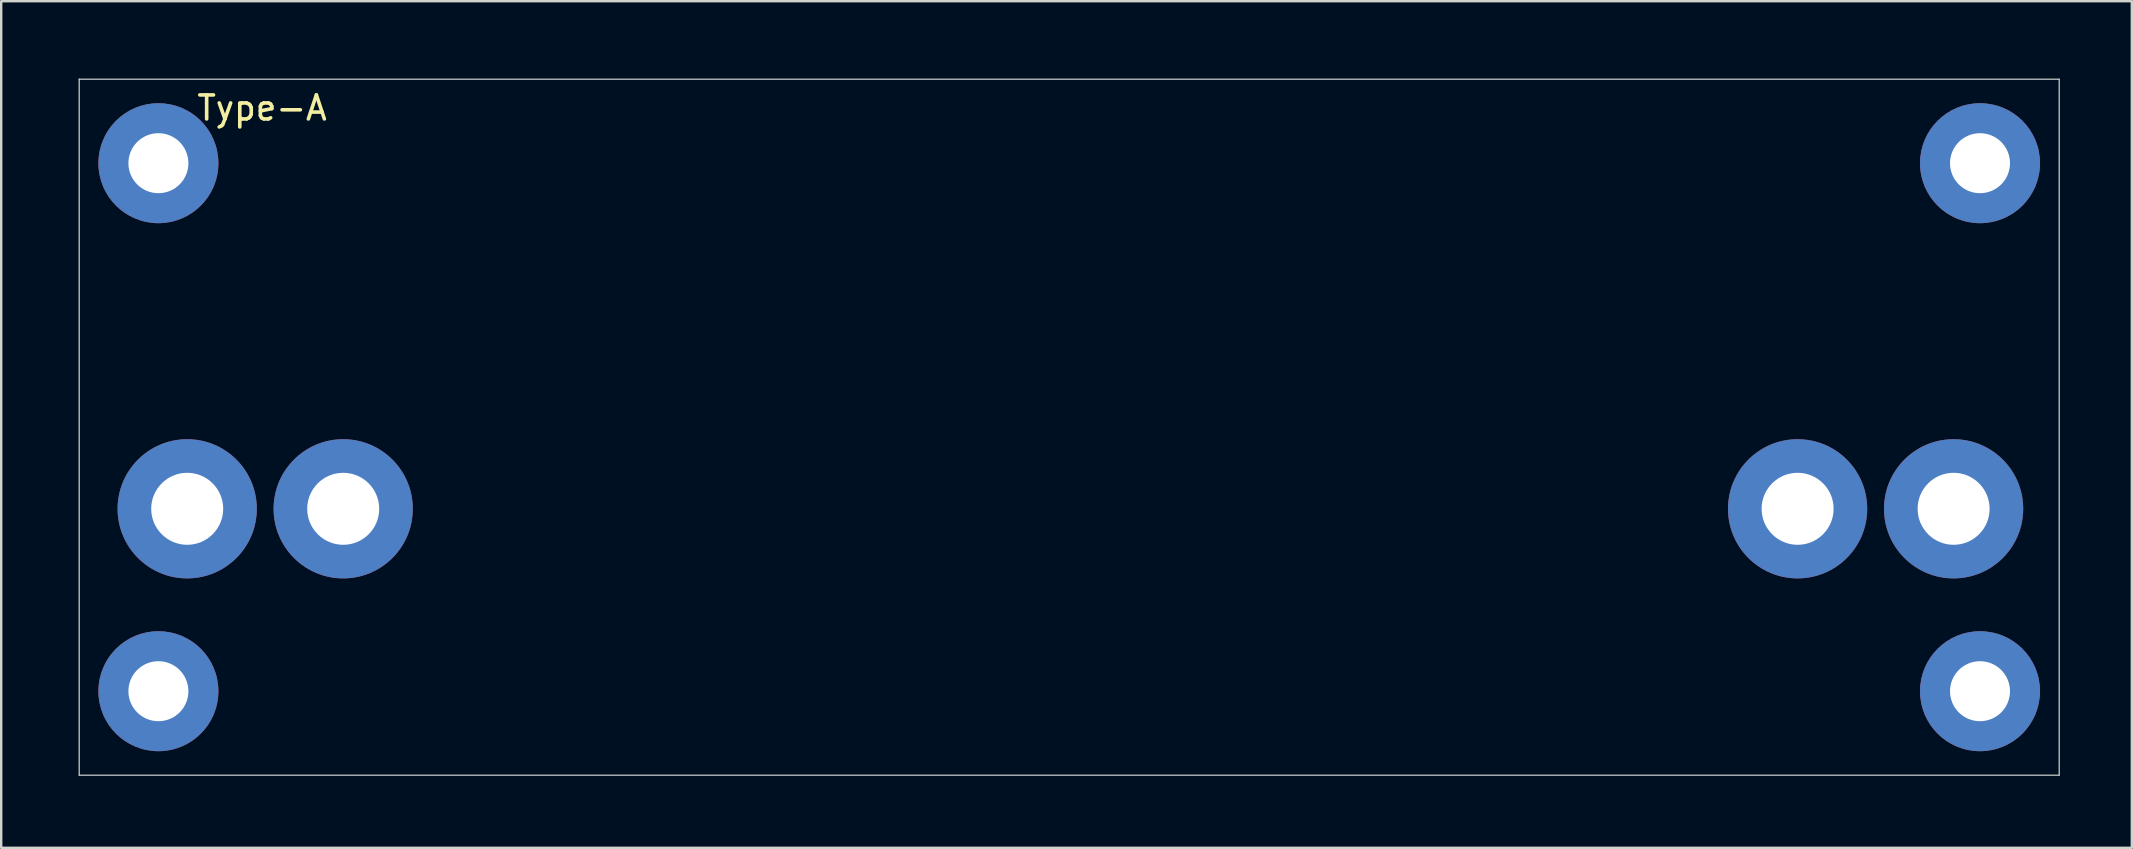
<source format=kicad_pcb>
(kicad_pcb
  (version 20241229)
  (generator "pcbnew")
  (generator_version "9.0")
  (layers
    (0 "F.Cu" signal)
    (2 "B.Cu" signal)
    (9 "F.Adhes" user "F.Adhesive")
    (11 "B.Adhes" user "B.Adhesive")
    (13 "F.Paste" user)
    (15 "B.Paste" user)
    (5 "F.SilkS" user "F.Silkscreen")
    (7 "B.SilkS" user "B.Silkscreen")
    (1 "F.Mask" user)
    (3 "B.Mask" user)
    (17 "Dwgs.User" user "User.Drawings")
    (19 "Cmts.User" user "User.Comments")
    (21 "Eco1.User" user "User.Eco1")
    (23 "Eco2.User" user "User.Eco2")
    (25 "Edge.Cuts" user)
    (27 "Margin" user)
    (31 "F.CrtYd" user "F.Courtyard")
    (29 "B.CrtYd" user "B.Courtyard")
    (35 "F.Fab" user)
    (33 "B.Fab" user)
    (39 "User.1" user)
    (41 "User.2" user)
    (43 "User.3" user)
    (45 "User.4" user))
  (footprint "Type-A"
    (layer "F.Cu")
    (at 0.25 0.25)
    (property "Reference" "Type-A" (at 7.62 1.2 0) (unlocked yes) (layer "F.SilkS") (effects (font (size 1 1) (thickness 0.15))))
    (attr through_hole)
    (fp_line (start 0 0) (end 82.5 0) (stroke (width 0.05) (type solid)) (layer "Edge.Cuts"))
    (fp_line (start 0 29) (end 0 0) (stroke (width 0.05) (type solid)) (layer "Edge.Cuts"))
    (fp_line (start 82.5 0) (end 82.5 29) (stroke (width 0.05) (type solid)) (layer "Edge.Cuts"))
    (fp_line (start 82.5 29) (end 0 29) (stroke (width 0.05) (type solid)) (layer "Edge.Cuts"))
    (pad "" thru_hole circle (at 3.3 3.5) (size 5 5) (drill 2.5) (layers "*.Cu" "*.Mask"))
    (pad "" thru_hole circle (at 3.3 25.5) (size 5 5) (drill 2.5) (layers "*.Cu" "*.Mask"))
    (pad "" thru_hole circle (at 4.5 17.9) (size 5.8 5.8) (drill 3) (layers "*.Cu" "*.Mask"))
    (pad "" thru_hole circle (at 11 17.9) (size 5.8 5.8) (drill 3) (layers "*.Cu" "*.Mask"))
    (pad "" thru_hole circle (at 71.6 17.9) (size 5.8 5.8) (drill 3) (layers "*.Cu" "*.Mask"))
    (pad "" thru_hole circle (at 78.1 17.9) (size 5.8 5.8) (drill 3) (layers "*.Cu" "*.Mask"))
    (pad "" thru_hole circle (at 79.2 3.5) (size 5 5) (drill 2.5) (layers "*.Cu" "*.Mask"))
    (pad "" thru_hole circle (at 79.2 25.5) (size 5 5) (drill 2.5) (layers "*.Cu" "*.Mask")))
  (gr_rect
    (start -3 -3)
    (end 85.775 32.275)
    (stroke (width 0.1) (type default))
    (fill no)
    (layer "Edge.Cuts")))
</source>
